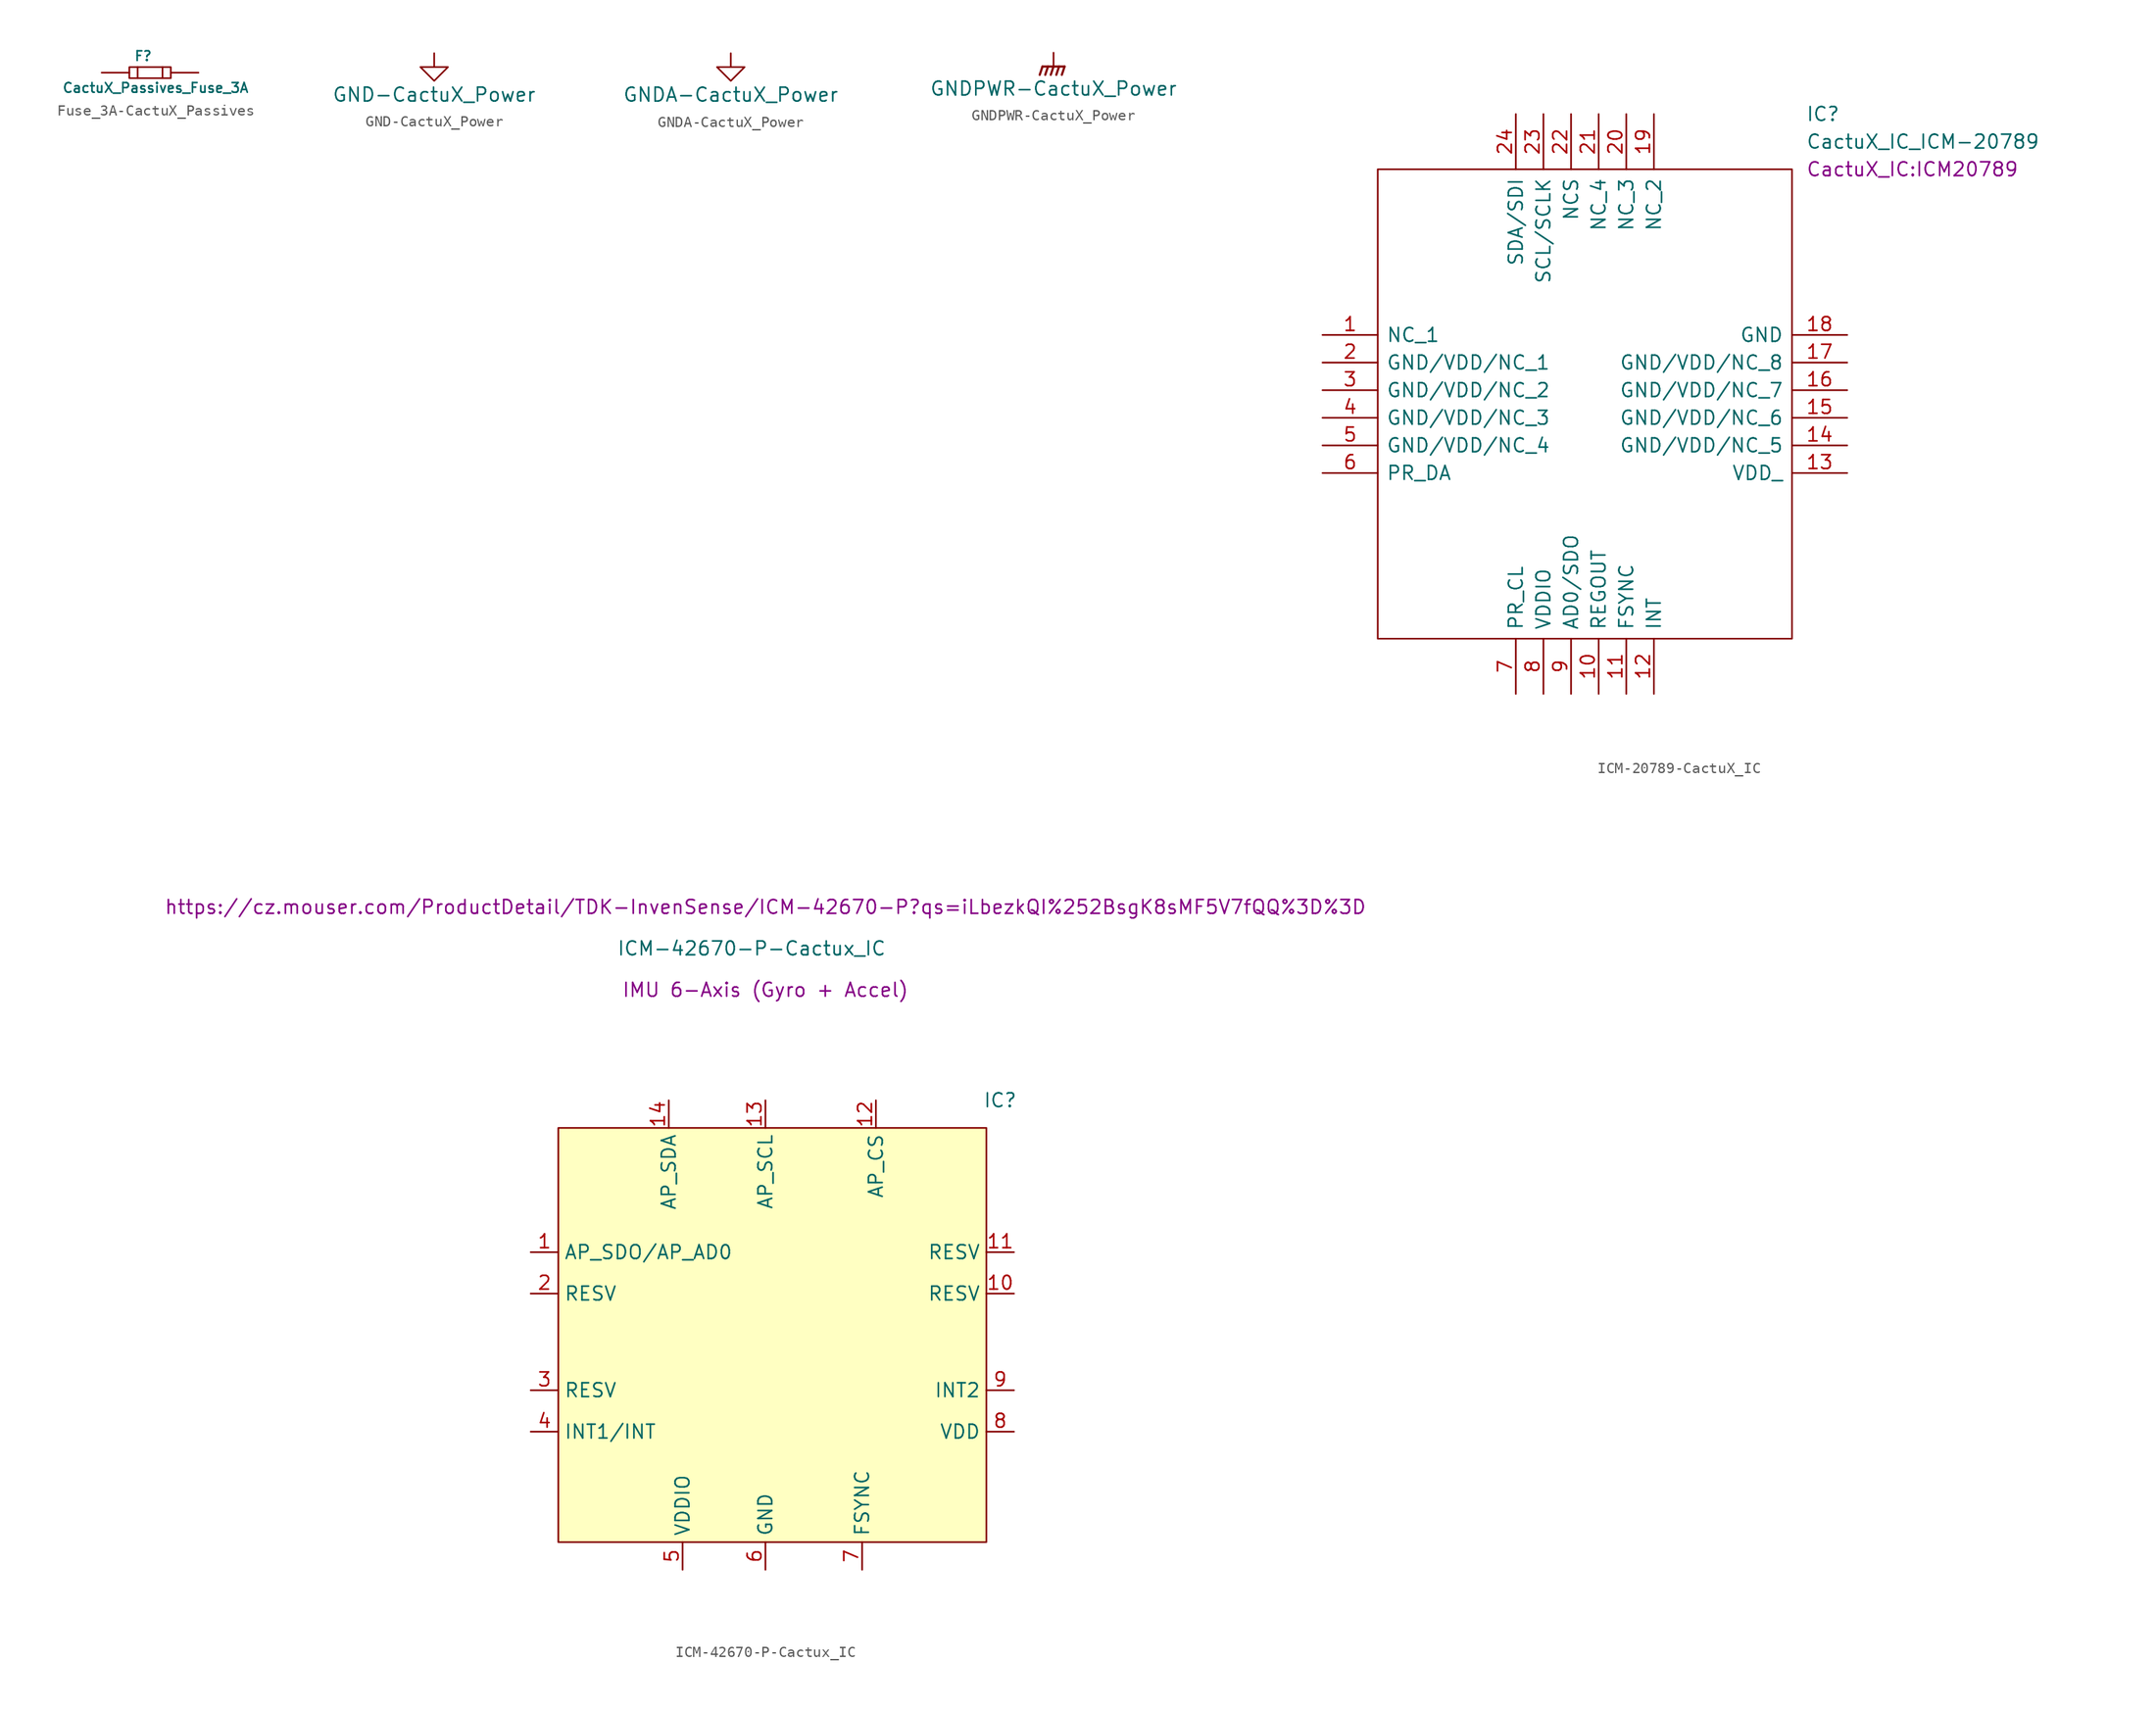
<source format=kicad_sym>
(kicad_symbol_lib
  (version 20220914)
  (generator kicad_symbol_editor)
  (symbol "Fuse_3A-CactuX_Passives"
    (pin_numbers hide)
    (pin_names
      (offset 0) hide)
    (property "Reference" "F"
      (at -1.27 1.524 0)
      (effects (font (size 0.889 0.889))))
    (property "Value" "CactuX_Passives_Fuse_3A"
      (at -0.127 -1.397 0)
      (effects (font (size 0.889 0.889))))
    (symbol "Fuse_3A-CactuX_Passives_0_1"
      (rectangle (start -2.54 -0.508) (end 1.27 0.508) (stroke (width 0) (type solid)) (fill (type none)))
      (rectangle (start -1.778 0.508) (end -1.778 -0.508) (stroke (width 0) (type solid)) (fill (type none)))
      (rectangle (start 0.508 0.508) (end 0.508 -0.508) (stroke (width 0) (type solid)) (fill (type none))))
    (symbol "Fuse_3A-CactuX_Passives_1_1"
      (pin passive line (at -5.08 0 0) (length 2.54) (name "~" (effects (font (size 1.27 1.27)))) (number "1" (effects (font (size 1.27 1.27)))))
      (pin passive line (at 3.81 0 180) (length 2.54) (name "~" (effects (font (size 1.27 1.27)))) (number "2" (effects (font (size 1.27 1.27)))))))
  (symbol "GND-CactuX_Power"
    (power)
    (pin_names
      (offset 0))
    (property "Reference" "#PWR"
      (at 0 -6.35 0)
      (effects (font (size 1.27 1.27)) hide))
    (property "Value" "GND-CactuX_Power"
      (at 0 -3.81 0)
      (effects (font (size 1.27 1.27))))
    (symbol "GND-CactuX_Power_0_1"
      (polyline (pts (xy 0 0) (xy 0 -1.27) (xy 1.27 -1.27) (xy 0 -2.54) (xy -1.27 -1.27) (xy 0 -1.27)) (stroke (width 0) (type solid)) (fill (type none))))
    (symbol "GND-CactuX_Power_1_1"
      (pin power_in line (at 0 0 270) (length 0) hide (name "GND" (effects (font (size 1.27 1.27)))) (number "1" (effects (font (size 1.27 1.27)))))))
  (symbol "GNDA-CactuX_Power"
    (power)
    (pin_names
      (offset 0))
    (property "Reference" "#PWR"
      (at 0 -6.35 0)
      (effects (font (size 1.27 1.27)) hide))
    (property "Value" "GNDA-CactuX_Power"
      (at 0 -3.81 0)
      (effects (font (size 1.27 1.27))))
    (symbol "GNDA-CactuX_Power_0_1"
      (polyline (pts (xy 0 0) (xy 0 -1.27) (xy 1.27 -1.27) (xy 0 -2.54) (xy -1.27 -1.27) (xy 0 -1.27)) (stroke (width 0) (type solid)) (fill (type none))))
    (symbol "GNDA-CactuX_Power_1_1"
      (pin power_in line (at 0 0 270) (length 0) hide (name "GNDA" (effects (font (size 1.27 1.27)))) (number "1" (effects (font (size 1.27 1.27)))))))
  (symbol "GNDPWR-CactuX_Power"
    (power)
    (pin_names
      (offset 0))
    (property "Reference" "#PWR"
      (at 0 -5.08 0)
      (effects (font (size 1.27 1.27)) hide))
    (property "Value" "GNDPWR-CactuX_Power"
      (at 0 -3.302 0)
      (effects (font (size 1.27 1.27))))
    (symbol "GNDPWR-CactuX_Power_0_1"
      (polyline (pts (xy 0 -1.27) (xy 0 0)) (stroke (width 0) (type solid)) (fill (type none)))
      (polyline (pts (xy -1.016 -1.27) (xy -1.27 -2.032) (xy -1.27 -2.032)) (stroke (width 0.203) (type solid)) (fill (type none)))
      (polyline (pts (xy -0.508 -1.27) (xy -0.762 -2.032) (xy -0.762 -2.032)) (stroke (width 0.203) (type solid)) (fill (type none)))
      (polyline (pts (xy 0 -1.27) (xy -0.254 -2.032) (xy -0.254 -2.032)) (stroke (width 0.203) (type solid)) (fill (type none)))
      (polyline (pts (xy 0.508 -1.27) (xy 0.254 -2.032) (xy 0.254 -2.032)) (stroke (width 0.203) (type solid)) (fill (type none)))
      (polyline (pts (xy 1.016 -1.27) (xy -1.016 -1.27) (xy -1.016 -1.27)) (stroke (width 0.203) (type solid)) (fill (type none)))
      (polyline (pts (xy 1.016 -1.27) (xy 0.762 -2.032) (xy 0.762 -2.032) (xy 0.762 -2.032)) (stroke (width 0.203) (type solid)) (fill (type none))))
    (symbol "GNDPWR-CactuX_Power_1_1"
      (pin power_in line (at 0 0 270) (length 0) hide (name "GNDPWR" (effects (font (size 1.27 1.27)))) (number "1" (effects (font (size 1.27 1.27)))))))
  (symbol "ICM-20789-CactuX_IC"
    (pin_names
      (offset 0.762))
    (property "Reference" "IC"
      (at 44.45 20.32 0)
      (effects (font (size 1.27 1.27)) (justify left)))
    (property "Value" "CactuX_IC_ICM-20789"
      (at 44.45 17.78 0)
      (effects (font (size 1.27 1.27)) (justify left)))
    (property "Footprint" "CactuX_IC:ICM20789"
      (at 44.45 15.24 0)
      (effects (font (size 1.27 1.27)) (justify left)))
    (symbol "ICM-20789-CactuX_IC_0_0"
      (pin passive line (at 0 0 0) (length 5.08) (name "NC_1" (effects (font (size 1.27 1.27)))) (number "1" (effects (font (size 1.27 1.27)))))
      (pin passive line (at 25.4 -33.02 90) (length 5.08) (name "REGOUT" (effects (font (size 1.27 1.27)))) (number "10" (effects (font (size 1.27 1.27)))))
      (pin passive line (at 27.94 -33.02 90) (length 5.08) (name "FSYNC" (effects (font (size 1.27 1.27)))) (number "11" (effects (font (size 1.27 1.27)))))
      (pin passive line (at 30.48 -33.02 90) (length 5.08) (name "INT" (effects (font (size 1.27 1.27)))) (number "12" (effects (font (size 1.27 1.27)))))
      (pin passive line (at 48.26 -12.7 180) (length 5.08) (name "VDD_" (effects (font (size 1.27 1.27)))) (number "13" (effects (font (size 1.27 1.27)))))
      (pin passive line (at 48.26 -10.16 180) (length 5.08) (name "GND/VDD/NC_5" (effects (font (size 1.27 1.27)))) (number "14" (effects (font (size 1.27 1.27)))))
      (pin passive line (at 48.26 -7.62 180) (length 5.08) (name "GND/VDD/NC_6" (effects (font (size 1.27 1.27)))) (number "15" (effects (font (size 1.27 1.27)))))
      (pin passive line (at 48.26 -5.08 180) (length 5.08) (name "GND/VDD/NC_7" (effects (font (size 1.27 1.27)))) (number "16" (effects (font (size 1.27 1.27)))))
      (pin passive line (at 48.26 -2.54 180) (length 5.08) (name "GND/VDD/NC_8" (effects (font (size 1.27 1.27)))) (number "17" (effects (font (size 1.27 1.27)))))
      (pin passive line (at 48.26 0 180) (length 5.08) (name "GND" (effects (font (size 1.27 1.27)))) (number "18" (effects (font (size 1.27 1.27)))))
      (pin passive line (at 30.48 20.32 270) (length 5.08) (name "NC_2" (effects (font (size 1.27 1.27)))) (number "19" (effects (font (size 1.27 1.27)))))
      (pin passive line (at 0 -2.54 0) (length 5.08) (name "GND/VDD/NC_1" (effects (font (size 1.27 1.27)))) (number "2" (effects (font (size 1.27 1.27)))))
      (pin passive line (at 27.94 20.32 270) (length 5.08) (name "NC_3" (effects (font (size 1.27 1.27)))) (number "20" (effects (font (size 1.27 1.27)))))
      (pin passive line (at 25.4 20.32 270) (length 5.08) (name "NC_4" (effects (font (size 1.27 1.27)))) (number "21" (effects (font (size 1.27 1.27)))))
      (pin passive line (at 22.86 20.32 270) (length 5.08) (name "NCS" (effects (font (size 1.27 1.27)))) (number "22" (effects (font (size 1.27 1.27)))))
      (pin passive line (at 20.32 20.32 270) (length 5.08) (name "SCL/SCLK" (effects (font (size 1.27 1.27)))) (number "23" (effects (font (size 1.27 1.27)))))
      (pin passive line (at 17.78 20.32 270) (length 5.08) (name "SDA/SDI" (effects (font (size 1.27 1.27)))) (number "24" (effects (font (size 1.27 1.27)))))
      (pin passive line (at 0 -5.08 0) (length 5.08) (name "GND/VDD/NC_2" (effects (font (size 1.27 1.27)))) (number "3" (effects (font (size 1.27 1.27)))))
      (pin passive line (at 0 -7.62 0) (length 5.08) (name "GND/VDD/NC_3" (effects (font (size 1.27 1.27)))) (number "4" (effects (font (size 1.27 1.27)))))
      (pin passive line (at 0 -10.16 0) (length 5.08) (name "GND/VDD/NC_4" (effects (font (size 1.27 1.27)))) (number "5" (effects (font (size 1.27 1.27)))))
      (pin passive line (at 0 -12.7 0) (length 5.08) (name "PR_DA" (effects (font (size 1.27 1.27)))) (number "6" (effects (font (size 1.27 1.27)))))
      (pin passive line (at 17.78 -33.02 90) (length 5.08) (name "PR_CL" (effects (font (size 1.27 1.27)))) (number "7" (effects (font (size 1.27 1.27)))))
      (pin passive line (at 20.32 -33.02 90) (length 5.08) (name "VDDIO" (effects (font (size 1.27 1.27)))) (number "8" (effects (font (size 1.27 1.27)))))
      (pin passive line (at 22.86 -33.02 90) (length 5.08) (name "AD0/SDO" (effects (font (size 1.27 1.27)))) (number "9" (effects (font (size 1.27 1.27))))))
    (symbol "ICM-20789-CactuX_IC_0_1"
      (polyline (pts (xy 5.08 15.24) (xy 43.18 15.24) (xy 43.18 -27.94) (xy 5.08 -27.94) (xy 5.08 15.24)) (stroke (width 0.152) (type solid)) (fill (type none)))))
  (symbol "ICM-42670-P-Cactux_IC"
    (property "Reference" "IC"
      (at 21.59 21.59 0)
      (effects (font (size 1.27 1.27))))
    (property "Value" "ICM-42670-P-Cactux_IC"
      (at -1.27 35.56 0)
      (effects (font (size 1.27 1.27))))
    (property "Mouser" "https://cz.mouser.com/ProductDetail/TDK-InvenSense/ICM-42670-P?qs=iLbezkQI%252BsgK8sMF5V7fQQ%3D%3D"
      (at 0 39.37 0)
      (effects (font (size 1.27 1.27))))
    (property "Description" "IMU 6-Axis (Gyro + Accel)"
      (at 0 31.75 0)
      (effects (font (size 1.27 1.27))))
    (symbol "ICM-42670-P-Cactux_IC_1_0"
      (rectangle (start -19.05 19.05) (end 20.32 -19.05) (stroke (width 0) (type default)) (fill (type background))))
    (symbol "ICM-42670-P-Cactux_IC_1_1"
      (pin passive line (at -21.59 7.62 0) (length 2.54) (name "AP_SDO/AP_AD0" (effects (font (size 1.27 1.27)))) (number "1" (effects (font (size 1.27 1.27)))))
      (pin passive line (at 22.86 3.81 180) (length 2.54) (name "RESV" (effects (font (size 1.27 1.27)))) (number "10" (effects (font (size 1.27 1.27)))))
      (pin passive line (at 22.86 7.62 180) (length 2.54) (name "RESV" (effects (font (size 1.27 1.27)))) (number "11" (effects (font (size 1.27 1.27)))))
      (pin passive line (at 10.16 21.59 270) (length 2.54) (name "AP_CS" (effects (font (size 1.27 1.27)))) (number "12" (effects (font (size 1.27 1.27)))))
      (pin passive line (at 0 21.59 270) (length 2.54) (name "AP_SCL" (effects (font (size 1.27 1.27)))) (number "13" (effects (font (size 1.27 1.27)))))
      (pin passive line (at -8.89 21.59 270) (length 2.54) (name "AP_SDA" (effects (font (size 1.27 1.27)))) (number "14" (effects (font (size 1.27 1.27)))))
      (pin passive line (at -21.59 3.81 0) (length 2.54) (name "RESV" (effects (font (size 1.27 1.27)))) (number "2" (effects (font (size 1.27 1.27)))))
      (pin passive line (at -21.59 -5.08 0) (length 2.54) (name "RESV" (effects (font (size 1.27 1.27)))) (number "3" (effects (font (size 1.27 1.27)))))
      (pin passive line (at -21.59 -8.89 0) (length 2.54) (name "INT1/INT" (effects (font (size 1.27 1.27)))) (number "4" (effects (font (size 1.27 1.27)))))
      (pin passive line (at -7.62 -21.59 90) (length 2.54) (name "VDDIO" (effects (font (size 1.27 1.27)))) (number "5" (effects (font (size 1.27 1.27)))))
      (pin passive line (at 0 -21.59 90) (length 2.54) (name "GND" (effects (font (size 1.27 1.27)))) (number "6" (effects (font (size 1.27 1.27)))))
      (pin passive line (at 8.89 -21.59 90) (length 2.54) (name "FSYNC" (effects (font (size 1.27 1.27)))) (number "7" (effects (font (size 1.27 1.27)))))
      (pin passive line (at 22.86 -8.89 180) (length 2.54) (name "VDD" (effects (font (size 1.27 1.27)))) (number "8" (effects (font (size 1.27 1.27)))))
      (pin passive line (at 22.86 -5.08 180) (length 2.54) (name "INT2" (effects (font (size 1.27 1.27)))) (number "9" (effects (font (size 1.27 1.27))))))))
</source>
